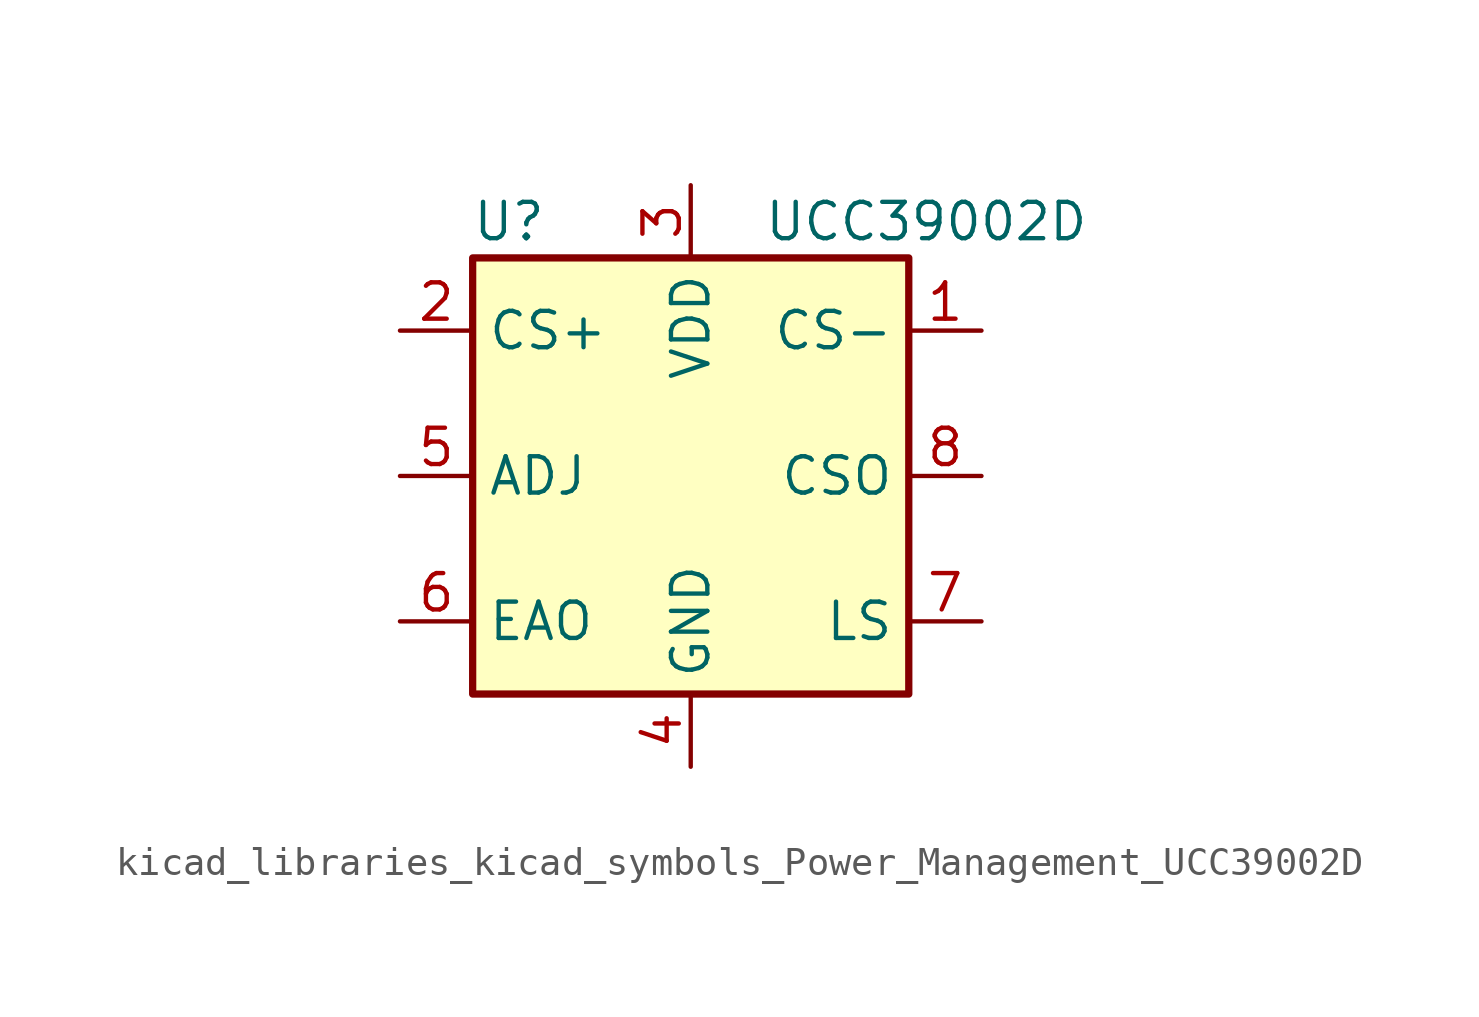
<source format=kicad_sym>
(kicad_symbol_lib
  (version 20220914)
  (generator kicad_symbol_editor)
  (symbol "kicad_libraries_kicad_symbols_Power_Management_UCC39002D"
    (property "Reference" "U"
      (at -6.35 8.89 0)
      (effects (font (size 1.27 1.27))))
    (property "Value" "UCC39002D"
      (at 2.54 8.89 0)
      (effects (font (size 1.27 1.27)) (justify left)))
    (symbol "kicad_libraries_kicad_symbols_Power_Management_UCC39002D_0_1"
      (rectangle (start -7.62 7.62) (end 7.62 -7.62) (stroke (width 0.254) (type default)) (fill (type background))))
    (symbol "kicad_libraries_kicad_symbols_Power_Management_UCC39002D_1_1"
      (pin input line (at 10.16 5.08 180) (length 2.54) (name "CS-" (effects (font (size 1.27 1.27)))) (number "1" (effects (font (size 1.27 1.27)))))
      (pin input line (at -10.16 5.08 0) (length 2.54) (name "CS+" (effects (font (size 1.27 1.27)))) (number "2" (effects (font (size 1.27 1.27)))))
      (pin power_in line (at 0 10.16 270) (length 2.54) (name "VDD" (effects (font (size 1.27 1.27)))) (number "3" (effects (font (size 1.27 1.27)))))
      (pin power_in line (at 0 -10.16 90) (length 2.54) (name "GND" (effects (font (size 1.27 1.27)))) (number "4" (effects (font (size 1.27 1.27)))))
      (pin open_collector line (at -10.16 0 0) (length 2.54) (name "ADJ" (effects (font (size 1.27 1.27)))) (number "5" (effects (font (size 1.27 1.27)))))
      (pin passive line (at -10.16 -5.08 0) (length 2.54) (name "EAO" (effects (font (size 1.27 1.27)))) (number "6" (effects (font (size 1.27 1.27)))))
      (pin passive line (at 10.16 -5.08 180) (length 2.54) (name "LS" (effects (font (size 1.27 1.27)))) (number "7" (effects (font (size 1.27 1.27)))))
      (pin output line (at 10.16 0 180) (length 2.54) (name "CSO" (effects (font (size 1.27 1.27)))) (number "8" (effects (font (size 1.27 1.27))))))))
</source>
